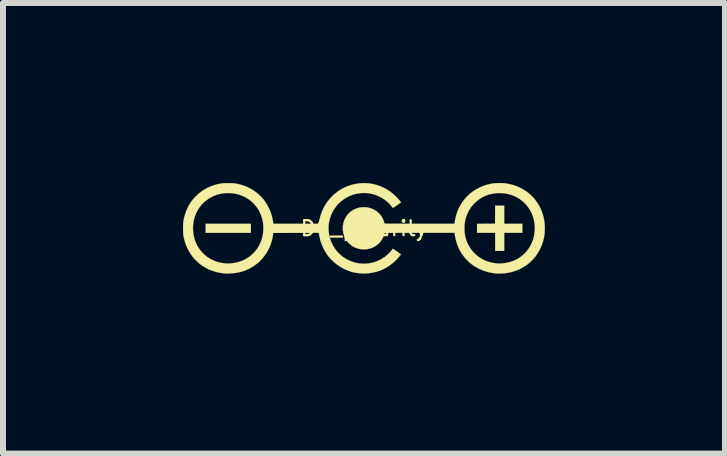
<source format=kicad_pcb>
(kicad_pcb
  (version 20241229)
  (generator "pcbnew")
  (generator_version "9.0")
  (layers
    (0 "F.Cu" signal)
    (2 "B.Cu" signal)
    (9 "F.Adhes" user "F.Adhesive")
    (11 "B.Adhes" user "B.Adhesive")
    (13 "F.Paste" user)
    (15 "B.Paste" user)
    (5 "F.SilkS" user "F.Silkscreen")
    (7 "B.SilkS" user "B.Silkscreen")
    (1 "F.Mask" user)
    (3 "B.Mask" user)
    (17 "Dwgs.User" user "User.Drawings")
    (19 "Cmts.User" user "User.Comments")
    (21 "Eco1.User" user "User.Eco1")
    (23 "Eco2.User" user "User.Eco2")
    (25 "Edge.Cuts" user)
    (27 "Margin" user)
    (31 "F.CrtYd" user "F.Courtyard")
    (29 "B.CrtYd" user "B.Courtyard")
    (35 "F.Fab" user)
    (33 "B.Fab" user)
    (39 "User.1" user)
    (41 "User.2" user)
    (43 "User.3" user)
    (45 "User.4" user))
  (footprint "DC_polarity"
    (layer "F.Cu")
    (at 3.014 0.755)
    (property "Reference" "DC_polarity" (at 0 0 0) (layer "F.SilkS") (effects (font (size 0.25 0.25) (thickness 0.037))))
    (attr exclude_from_pos_files exclude_from_bom allow_missing_courtyard)
    (fp_poly (pts (xy -1.883 0.075) (xy -2.637 0.075) (xy -2.637 -0.075) (xy -1.883 -0.075) (xy -1.883 0.075)) (stroke (width 0.003) (type solid)) (fill yes) (layer "F.SilkS"))
    (fp_poly (pts (xy 2.339 -0.075) (xy 2.641 -0.075) (xy 2.641 0.075) (xy 2.339 0.075) (xy 2.339 0.377) (xy 2.188 0.377) (xy 2.188 0.075) (xy 1.886 0.075) (xy 1.886 -0.075) (xy 2.036 -0.076) (xy 2.186 -0.077) (xy 2.187 -0.227) (xy 2.188 -0.377) (xy 2.339 -0.377) (xy 2.339 -0.075)) (stroke (width 0.003) (type solid)) (fill yes) (layer "F.SilkS"))
    (fp_poly (pts (xy 2.294 -0.754) (xy 2.321 -0.753) (xy 2.334 -0.752) (xy 2.401 -0.742) (xy 2.467 -0.728) (xy 2.531 -0.707) (xy 2.593 -0.682) (xy 2.651 -0.651) (xy 2.707 -0.616) (xy 2.751 -0.582) (xy 2.8 -0.537) (xy 2.846 -0.487) (xy 2.886 -0.433) (xy 2.921 -0.376) (xy 2.951 -0.316) (xy 2.975 -0.253) (xy 2.991 -0.2) (xy 3.005 -0.136) (xy 3.013 -0.07) (xy 3.016 -0.004) (xy 3.014 0.061) (xy 3.007 0.125) (xy 2.999 0.168) (xy 2.981 0.235) (xy 2.957 0.299) (xy 2.929 0.36) (xy 2.895 0.418) (xy 2.857 0.472) (xy 2.813 0.523) (xy 2.765 0.569) (xy 2.713 0.611) (xy 2.69 0.626) (xy 2.633 0.661) (xy 2.572 0.691) (xy 2.509 0.715) (xy 2.443 0.733) (xy 2.379 0.745) (xy 2.363 0.747) (xy 2.343 0.749) (xy 2.32 0.751) (xy 2.297 0.752) (xy 2.274 0.753) (xy 2.252 0.753) (xy 2.233 0.754) (xy 2.219 0.753) (xy 2.213 0.753) (xy 2.205 0.752) (xy 2.193 0.751) (xy 2.179 0.749) (xy 2.169 0.748) (xy 2.107 0.738) (xy 2.045 0.723) (xy 1.983 0.702) (xy 1.924 0.676) (xy 1.867 0.646) (xy 1.813 0.611) (xy 1.781 0.586) (xy 1.76 0.569) (xy 1.738 0.548) (xy 1.715 0.525) (xy 1.694 0.503) (xy 1.676 0.482) (xy 1.674 0.479) (xy 1.637 0.43) (xy 1.604 0.376) (xy 1.576 0.318) (xy 1.552 0.258) (xy 1.533 0.195) (xy 1.519 0.131) (xy 1.517 0.114) (xy 1.511 0.075) (xy 0.928 0.075) (xy 0.855 0.075) (xy 0.787 0.075) (xy 0.725 0.076) (xy 0.669 0.076) (xy 0.618 0.076) (xy 0.573 0.076) (xy 0.532 0.076) (xy 0.496 0.076) (xy 0.465 0.076) (xy 0.437 0.076) (xy 0.414 0.077) (xy 0.395 0.077) (xy 0.379 0.077) (xy 0.366 0.078) (xy 0.357 0.078) (xy 0.35 0.078) (xy 0.346 0.079) (xy 0.345 0.079) (xy 0.344 0.079) (xy 0.332 0.119) (xy 0.318 0.154) (xy 0.302 0.184) (xy 0.283 0.212) (xy 0.261 0.238) (xy 0.252 0.248) (xy 0.218 0.278) (xy 0.181 0.303) (xy 0.142 0.323) (xy 0.1 0.337) (xy 0.058 0.347) (xy 0.015 0.351) (xy -0.029 0.35) (xy -0.072 0.344) (xy -0.114 0.333) (xy -0.155 0.316) (xy -0.193 0.295) (xy -0.229 0.268) (xy -0.249 0.249) (xy -0.28 0.215) (xy -0.305 0.178) (xy -0.324 0.139) (xy -0.332 0.118) (xy -0.344 0.073) (xy -0.35 0.027) (xy -0.35 0.001) (xy 1.676 0.001) (xy 1.678 0.062) (xy 1.686 0.12) (xy 1.7 0.176) (xy 1.719 0.231) (xy 1.734 0.262) (xy 1.762 0.314) (xy 1.795 0.362) (xy 1.833 0.406) (xy 1.875 0.446) (xy 1.92 0.481) (xy 1.969 0.512) (xy 2.021 0.538) (xy 2.077 0.558) (xy 2.134 0.573) (xy 2.194 0.583) (xy 2.229 0.586) (xy 2.24 0.586) (xy 2.25 0.587) (xy 2.254 0.587) (xy 2.26 0.587) (xy 2.271 0.587) (xy 2.285 0.586) (xy 2.301 0.585) (xy 2.305 0.585) (xy 2.366 0.577) (xy 2.426 0.564) (xy 2.482 0.546) (xy 2.536 0.522) (xy 2.586 0.494) (xy 2.632 0.46) (xy 2.675 0.423) (xy 2.714 0.38) (xy 2.749 0.334) (xy 2.779 0.284) (xy 2.804 0.231) (xy 2.824 0.174) (xy 2.837 0.123) (xy 2.841 0.099) (xy 2.844 0.071) (xy 2.847 0.04) (xy 2.848 0.008) (xy 2.848 -0.023) (xy 2.847 -0.051) (xy 2.845 -0.075) (xy 2.835 -0.136) (xy 2.818 -0.195) (xy 2.797 -0.251) (xy 2.77 -0.303) (xy 2.738 -0.352) (xy 2.701 -0.398) (xy 2.658 -0.44) (xy 2.611 -0.478) (xy 2.59 -0.493) (xy 2.542 -0.521) (xy 2.491 -0.545) (xy 2.437 -0.563) (xy 2.38 -0.577) (xy 2.323 -0.585) (xy 2.264 -0.588) (xy 2.206 -0.586) (xy 2.148 -0.578) (xy 2.091 -0.565) (xy 2.068 -0.558) (xy 2.013 -0.536) (xy 1.96 -0.509) (xy 1.911 -0.477) (xy 1.866 -0.441) (xy 1.826 -0.4) (xy 1.789 -0.356) (xy 1.757 -0.308) (xy 1.73 -0.256) (xy 1.708 -0.201) (xy 1.691 -0.144) (xy 1.68 -0.084) (xy 1.679 -0.076) (xy 1.678 -0.063) (xy 1.677 -0.045) (xy 1.676 -0.026) (xy 1.676 -0.006) (xy 1.676 0.001) (xy -0.35 0.001) (xy -0.351 -0.018) (xy -0.346 -0.063) (xy -0.336 -0.107) (xy -0.32 -0.148) (xy -0.3 -0.188) (xy -0.274 -0.224) (xy -0.244 -0.257) (xy -0.216 -0.281) (xy -0.178 -0.306) (xy -0.138 -0.325) (xy -0.095 -0.34) (xy -0.051 -0.349) (xy -0.006 -0.352) (xy 0.039 -0.35) (xy 0.083 -0.343) (xy 0.126 -0.33) (xy 0.168 -0.312) (xy 0.203 -0.291) (xy 0.213 -0.284) (xy 0.226 -0.273) (xy 0.239 -0.261) (xy 0.248 -0.254) (xy 0.275 -0.224) (xy 0.298 -0.193) (xy 0.317 -0.158) (xy 0.332 -0.119) (xy 0.345 -0.079) (xy 0.346 -0.079) (xy 0.349 -0.078) (xy 0.356 -0.078) (xy 0.365 -0.078) (xy 0.377 -0.077) (xy 0.393 -0.077) (xy 0.412 -0.077) (xy 0.434 -0.076) (xy 0.461 -0.076) (xy 0.492 -0.076) (xy 0.528 -0.076) (xy 0.568 -0.076) (xy 0.613 -0.076) (xy 0.663 -0.076) (xy 0.718 -0.076) (xy 0.779 -0.075) (xy 0.846 -0.075) (xy 0.919 -0.075) (xy 1.511 -0.075) (xy 1.514 -0.095) (xy 1.519 -0.135) (xy 1.528 -0.177) (xy 1.539 -0.22) (xy 1.552 -0.261) (xy 1.564 -0.294) (xy 1.593 -0.356) (xy 1.626 -0.414) (xy 1.665 -0.468) (xy 1.707 -0.519) (xy 1.754 -0.565) (xy 1.805 -0.606) (xy 1.86 -0.643) (xy 1.918 -0.675) (xy 1.979 -0.702) (xy 2.043 -0.724) (xy 2.11 -0.74) (xy 2.148 -0.747) (xy 2.172 -0.75) (xy 2.201 -0.752) (xy 2.232 -0.753) (xy 2.263 -0.754) (xy 2.294 -0.754)) (stroke (width 0.003) (type solid)) (fill yes) (layer "F.SilkS"))
    (fp_poly (pts (xy 0.071 -0.75) (xy 0.137 -0.741) (xy 0.202 -0.726) (xy 0.253 -0.71) (xy 0.317 -0.683) (xy 0.378 -0.651) (xy 0.436 -0.614) (xy 0.49 -0.572) (xy 0.541 -0.525) (xy 0.587 -0.473) (xy 0.611 -0.443) (xy 0.619 -0.432) (xy 0.554 -0.386) (xy 0.536 -0.374) (xy 0.52 -0.363) (xy 0.506 -0.354) (xy 0.495 -0.347) (xy 0.488 -0.342) (xy 0.485 -0.341) (xy 0.482 -0.343) (xy 0.476 -0.35) (xy 0.469 -0.358) (xy 0.433 -0.401) (xy 0.393 -0.44) (xy 0.348 -0.476) (xy 0.3 -0.507) (xy 0.249 -0.534) (xy 0.196 -0.556) (xy 0.142 -0.572) (xy 0.114 -0.578) (xy 0.054 -0.587) (xy -0.006 -0.589) (xy -0.065 -0.585) (xy -0.124 -0.576) (xy -0.181 -0.561) (xy -0.236 -0.54) (xy -0.288 -0.514) (xy -0.339 -0.482) (xy -0.386 -0.445) (xy -0.415 -0.418) (xy -0.456 -0.373) (xy -0.492 -0.324) (xy -0.523 -0.273) (xy -0.548 -0.218) (xy -0.567 -0.16) (xy -0.581 -0.1) (xy -0.584 -0.085) (xy -0.586 -0.061) (xy -0.588 -0.032) (xy -0.589 -0.002) (xy -0.588 0.029) (xy -0.587 0.057) (xy -0.584 0.082) (xy -0.584 0.084) (xy -0.571 0.145) (xy -0.553 0.203) (xy -0.529 0.259) (xy -0.501 0.311) (xy -0.467 0.36) (xy -0.429 0.405) (xy -0.386 0.446) (xy -0.339 0.483) (xy -0.327 0.491) (xy -0.274 0.522) (xy -0.22 0.547) (xy -0.164 0.567) (xy -0.106 0.581) (xy -0.047 0.588) (xy 0.012 0.59) (xy 0.071 0.586) (xy 0.13 0.576) (xy 0.184 0.561) (xy 0.241 0.539) (xy 0.295 0.511) (xy 0.345 0.479) (xy 0.392 0.441) (xy 0.435 0.399) (xy 0.461 0.368) (xy 0.485 0.339) (xy 0.499 0.35) (xy 0.507 0.355) (xy 0.518 0.363) (xy 0.532 0.373) (xy 0.548 0.384) (xy 0.565 0.396) (xy 0.581 0.407) (xy 0.594 0.416) (xy 0.605 0.424) (xy 0.613 0.43) (xy 0.616 0.433) (xy 0.616 0.433) (xy 0.614 0.437) (xy 0.609 0.445) (xy 0.6 0.456) (xy 0.59 0.469) (xy 0.578 0.484) (xy 0.565 0.498) (xy 0.552 0.512) (xy 0.541 0.525) (xy 0.536 0.53) (xy 0.485 0.577) (xy 0.431 0.619) (xy 0.374 0.655) (xy 0.314 0.686) (xy 0.252 0.711) (xy 0.188 0.73) (xy 0.122 0.743) (xy 0.054 0.751) (xy 0.003 0.753) (xy -0.061 0.75) (xy -0.122 0.743) (xy -0.18 0.732) (xy -0.237 0.715) (xy -0.294 0.693) (xy -0.337 0.673) (xy -0.397 0.639) (xy -0.453 0.601) (xy -0.505 0.558) (xy -0.553 0.51) (xy -0.597 0.459) (xy -0.635 0.403) (xy -0.669 0.343) (xy -0.697 0.282) (xy -0.72 0.219) (xy -0.736 0.155) (xy -0.743 0.119) (xy -0.75 0.075) (xy -1.51 0.077) (xy -1.513 0.099) (xy -1.521 0.152) (xy -1.534 0.207) (xy -1.552 0.262) (xy -1.573 0.316) (xy -1.598 0.367) (xy -1.624 0.412) (xy -1.648 0.447) (xy -1.676 0.483) (xy -1.706 0.518) (xy -1.737 0.55) (xy -1.768 0.578) (xy -1.783 0.59) (xy -1.84 0.631) (xy -1.898 0.666) (xy -1.96 0.695) (xy -2.023 0.718) (xy -2.089 0.735) (xy -2.158 0.746) (xy -2.228 0.752) (xy -2.243 0.753) (xy -2.262 0.753) (xy -2.28 0.753) (xy -2.295 0.753) (xy -2.307 0.753) (xy -2.312 0.753) (xy -2.355 0.748) (xy -2.393 0.742) (xy -2.427 0.736) (xy -2.461 0.728) (xy -2.494 0.718) (xy -2.51 0.713) (xy -2.573 0.689) (xy -2.632 0.66) (xy -2.689 0.626) (xy -2.741 0.587) (xy -2.79 0.544) (xy -2.835 0.496) (xy -2.875 0.444) (xy -2.911 0.389) (xy -2.942 0.33) (xy -2.968 0.269) (xy -2.988 0.204) (xy -2.992 0.188) (xy -2.999 0.16) (xy -3.004 0.135) (xy -3.008 0.112) (xy -3.01 0.088) (xy -3.012 0.062) (xy -3.013 0.033) (xy -3.013 0) (xy -3.013 -0.002) (xy -2.848 -0.002) (xy -2.845 0.061) (xy -2.836 0.121) (xy -2.822 0.18) (xy -2.802 0.236) (xy -2.776 0.289) (xy -2.745 0.339) (xy -2.732 0.357) (xy -2.694 0.403) (xy -2.652 0.443) (xy -2.606 0.48) (xy -2.556 0.511) (xy -2.504 0.537) (xy -2.449 0.558) (xy -2.391 0.573) (xy -2.332 0.582) (xy -2.309 0.585) (xy -2.294 0.586) (xy -2.281 0.586) (xy -2.272 0.587) (xy -2.268 0.587) (xy -2.263 0.587) (xy -2.252 0.587) (xy -2.239 0.586) (xy -2.223 0.585) (xy -2.218 0.585) (xy -2.157 0.577) (xy -2.098 0.564) (xy -2.042 0.546) (xy -1.989 0.523) (xy -1.939 0.494) (xy -1.893 0.462) (xy -1.85 0.424) (xy -1.812 0.383) (xy -1.777 0.338) (xy -1.747 0.29) (xy -1.722 0.238) (xy -1.702 0.184) (xy -1.687 0.126) (xy -1.678 0.067) (xy -1.676 0.042) (xy -1.675 -0.02) (xy -1.679 -0.081) (xy -1.69 -0.139) (xy -1.705 -0.196) (xy -1.726 -0.25) (xy -1.752 -0.301) (xy -1.783 -0.35) (xy -1.819 -0.394) (xy -1.859 -0.436) (xy -1.904 -0.473) (xy -1.953 -0.505) (xy -1.992 -0.526) (xy -2.046 -0.55) (xy -2.103 -0.568) (xy -2.161 -0.58) (xy -2.221 -0.587) (xy -2.281 -0.588) (xy -2.34 -0.583) (xy -2.399 -0.573) (xy -2.457 -0.557) (xy -2.512 -0.535) (xy -2.524 -0.53) (xy -2.576 -0.501) (xy -2.624 -0.468) (xy -2.669 -0.43) (xy -2.708 -0.389) (xy -2.744 -0.343) (xy -2.774 -0.295) (xy -2.8 -0.243) (xy -2.82 -0.188) (xy -2.835 -0.131) (xy -2.844 -0.071) (xy -2.848 -0.01) (xy -2.848 -0.002) (xy -3.013 -0.002) (xy -3.013 -0.033) (xy -3.012 -0.062) (xy -3.01 -0.088) (xy -3.008 -0.112) (xy -3.004 -0.135) (xy -2.999 -0.16) (xy -2.994 -0.184) (xy -2.975 -0.249) (xy -2.951 -0.312) (xy -2.922 -0.372) (xy -2.888 -0.428) (xy -2.849 -0.481) (xy -2.805 -0.529) (xy -2.758 -0.574) (xy -2.706 -0.615) (xy -2.651 -0.65) (xy -2.593 -0.681) (xy -2.531 -0.707) (xy -2.466 -0.728) (xy -2.436 -0.735) (xy -2.41 -0.741) (xy -2.388 -0.745) (xy -2.366 -0.748) (xy -2.345 -0.75) (xy -2.322 -0.752) (xy -2.296 -0.753) (xy -2.266 -0.753) (xy -2.259 -0.753) (xy -2.225 -0.752) (xy -2.196 -0.752) (xy -2.17 -0.75) (xy -2.146 -0.747) (xy -2.122 -0.743) (xy -2.096 -0.738) (xy -2.078 -0.734) (xy -2.017 -0.716) (xy -1.956 -0.694) (xy -1.898 -0.666) (xy -1.843 -0.634) (xy -1.795 -0.6) (xy -1.772 -0.581) (xy -1.747 -0.559) (xy -1.722 -0.535) (xy -1.699 -0.511) (xy -1.679 -0.489) (xy -1.674 -0.483) (xy -1.636 -0.431) (xy -1.603 -0.376) (xy -1.574 -0.318) (xy -1.55 -0.258) (xy -1.531 -0.197) (xy -1.518 -0.135) (xy -1.515 -0.116) (xy -1.513 -0.103) (xy -1.512 -0.092) (xy -1.511 -0.084) (xy -1.51 -0.083) (xy -1.509 -0.075) (xy -0.748 -0.075) (xy -0.748 -0.083) (xy -0.748 -0.091) (xy -0.746 -0.104) (xy -0.743 -0.12) (xy -0.74 -0.138) (xy -0.736 -0.157) (xy -0.732 -0.175) (xy -0.728 -0.19) (xy -0.728 -0.193) (xy -0.708 -0.255) (xy -0.683 -0.316) (xy -0.653 -0.374) (xy -0.617 -0.43) (xy -0.576 -0.483) (xy -0.532 -0.532) (xy -0.483 -0.577) (xy -0.434 -0.615) (xy -0.377 -0.652) (xy -0.317 -0.683) (xy -0.255 -0.708) (xy -0.192 -0.728) (xy -0.127 -0.742) (xy -0.061 -0.751) (xy 0.005 -0.753) (xy 0.071 -0.75)) (stroke (width 0.003) (type solid)) (fill yes) (layer "F.SilkS")))
  (gr_rect
    (start -3 -3)
    (end 9.032 4.51)
    (stroke (width 0.1) (type default))
    (fill no)
    (layer "Edge.Cuts")))
</source>
